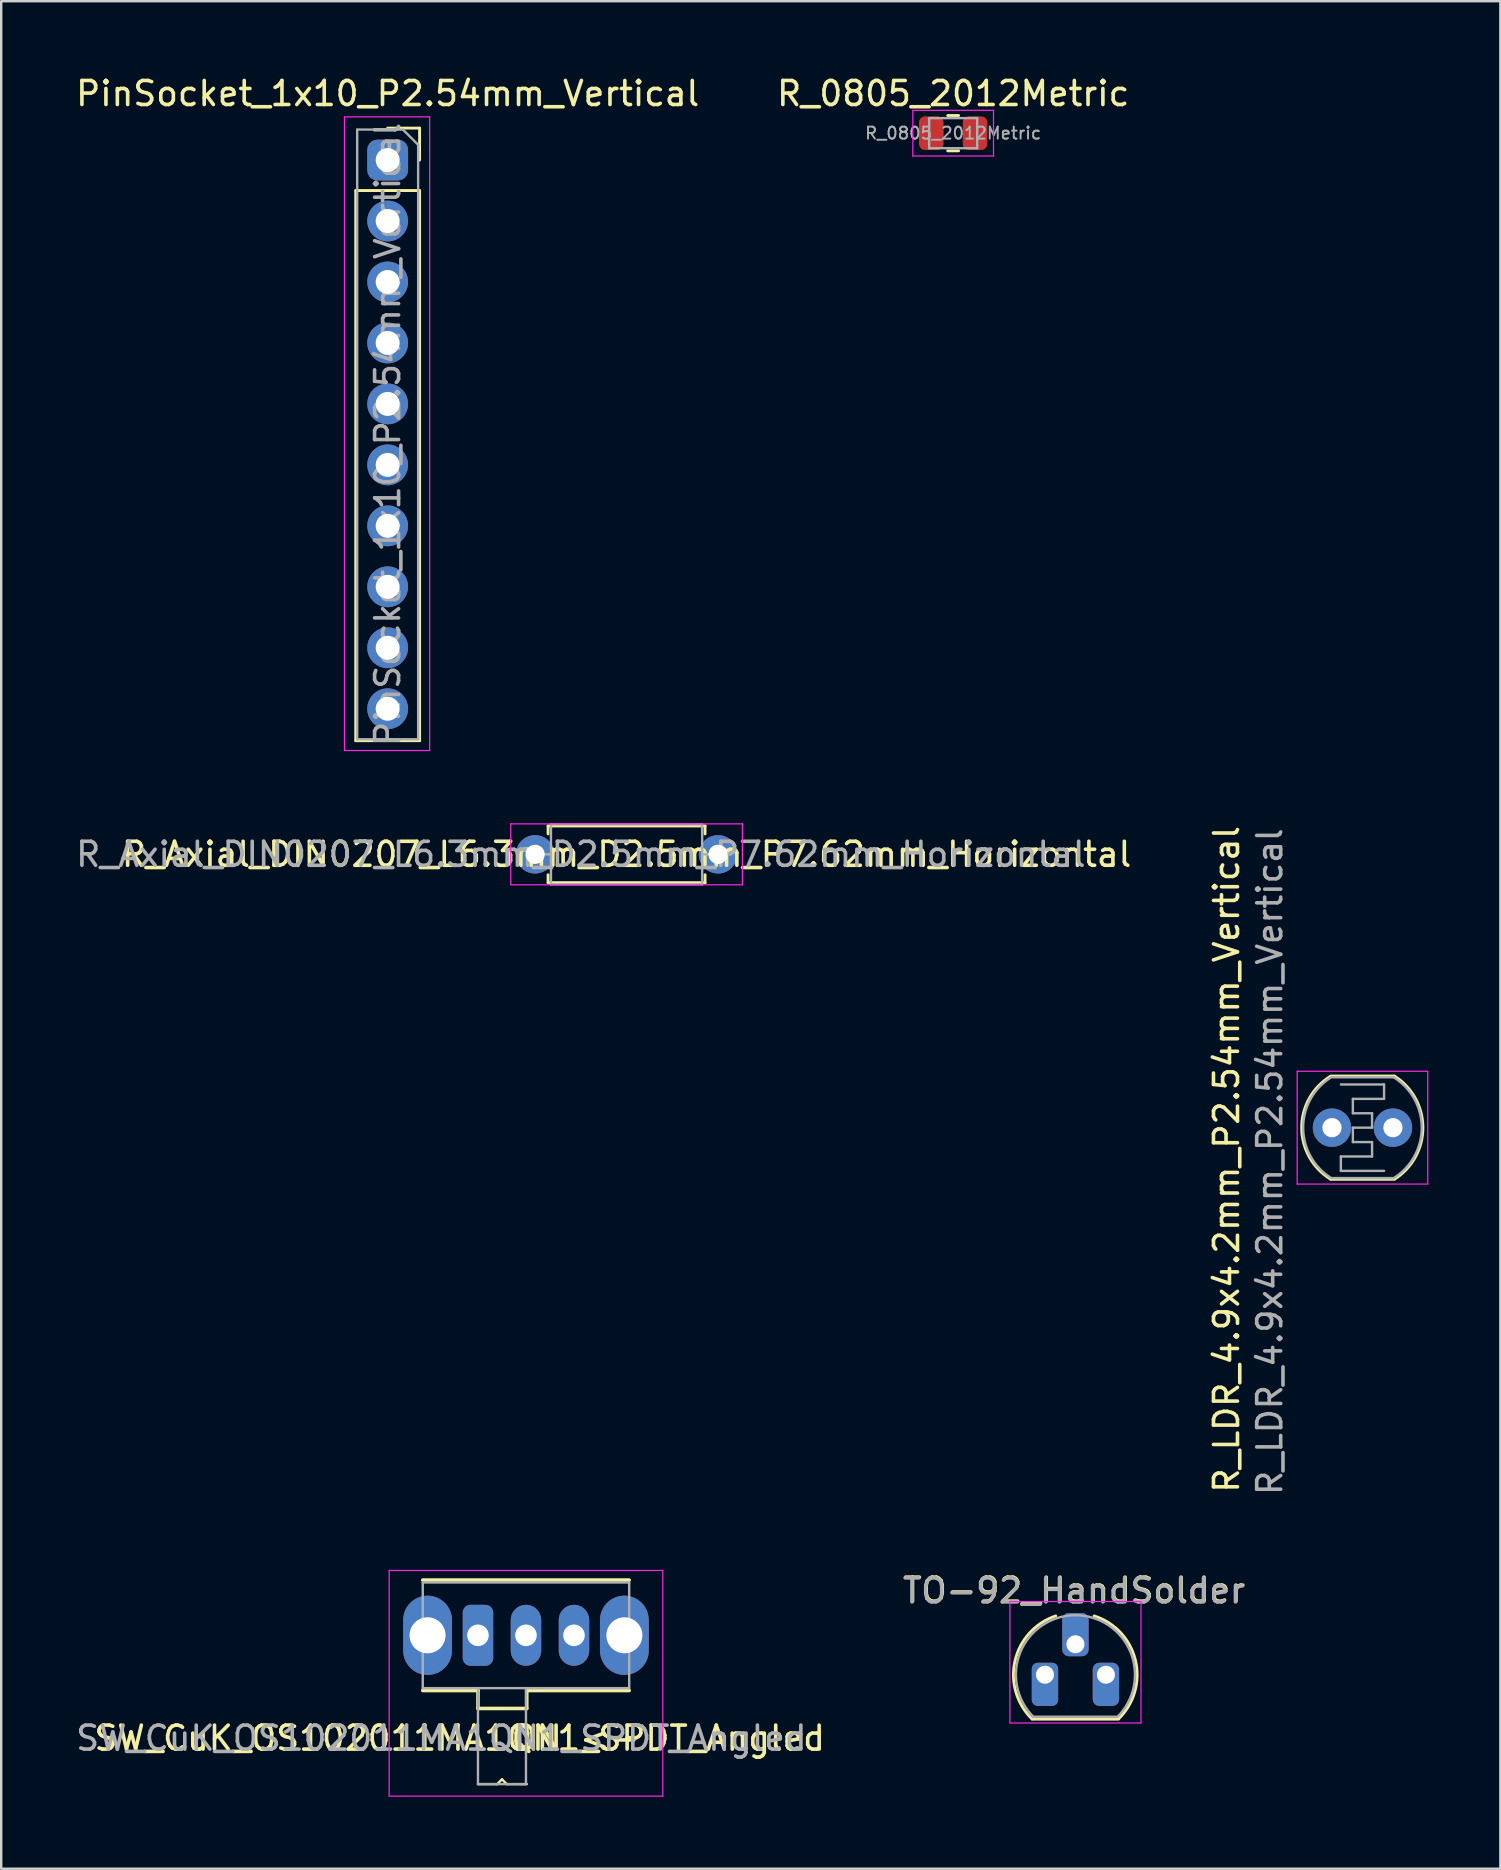
<source format=kicad_pcb>
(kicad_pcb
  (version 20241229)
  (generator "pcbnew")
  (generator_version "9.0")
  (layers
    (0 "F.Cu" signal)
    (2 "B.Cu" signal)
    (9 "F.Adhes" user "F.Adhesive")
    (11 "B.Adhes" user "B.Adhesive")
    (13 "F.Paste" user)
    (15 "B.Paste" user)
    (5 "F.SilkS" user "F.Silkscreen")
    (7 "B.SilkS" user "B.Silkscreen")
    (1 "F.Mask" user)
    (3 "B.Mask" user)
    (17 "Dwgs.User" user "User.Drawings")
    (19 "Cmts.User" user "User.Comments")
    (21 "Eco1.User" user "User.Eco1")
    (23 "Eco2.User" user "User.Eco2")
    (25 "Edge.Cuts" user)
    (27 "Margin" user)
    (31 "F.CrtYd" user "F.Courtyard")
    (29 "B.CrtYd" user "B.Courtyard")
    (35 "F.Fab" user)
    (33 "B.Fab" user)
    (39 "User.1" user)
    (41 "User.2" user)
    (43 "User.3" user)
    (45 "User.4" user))
  (footprint "SW_CuK_OS102011MA1QN1_SPDT_Angled"
    (layer "F.Cu")
    (at 16.863 65.08)
    (property "Reference" "SW_CuK_OS102011MA1QN1_SPDT_Angled" (at -0.762 4.286 0) (unlocked yes) (layer "F.SilkS") (effects (font (size 1 1) (thickness 0.15))))
    (property "Silk" "ON <-" (at 4.064 4.286 0) (unlocked yes) (layer "F.SilkS") (effects (font (size 1 1) (thickness 0.15))))
    (attr through_hole)
    (fp_line (start -2.3 -2.3) (end 6.3 -2.3) (stroke (width 0.15) (type solid)) (layer "F.SilkS"))
    (fp_line (start -2.3 2.3) (end 0 2.3) (stroke (width 0.15) (type solid)) (layer "F.SilkS"))
    (fp_line (start 0 2.3) (end 0 3.048) (stroke (width 0.15) (type default)) (layer "F.SilkS"))
    (fp_line (start 0 3.048) (end 2.032 3.048) (stroke (width 0.15) (type default)) (layer "F.SilkS"))
    (fp_line (start 0.8 6.2) (end 0 6.2) (stroke (width 0.1) (type default)) (layer "F.SilkS"))
    (fp_line (start 0.8 6.2) (end 1 6) (stroke (width 0.1) (type default)) (layer "F.SilkS"))
    (fp_line (start 1 6) (end 1.2 6.2) (stroke (width 0.1) (type default)) (layer "F.SilkS"))
    (fp_line (start 1.2 6.2) (end 2.032 6.2) (stroke (width 0.1) (type default)) (layer "F.SilkS"))
    (fp_line (start 2.032 2.3) (end 2.032 3.048) (stroke (width 0.15) (type default)) (layer "F.SilkS"))
    (fp_line (start 2.032 2.3) (end 6.3 2.3) (stroke (width 0.15) (type solid)) (layer "F.SilkS"))
    (fp_line (start -3.7 -2.7) (end 7.7 -2.7) (stroke (width 0.05) (type solid)) (layer "F.CrtYd"))
    (fp_line (start -3.7 6.7) (end -3.7 -2.7) (stroke (width 0.05) (type solid)) (layer "F.CrtYd"))
    (fp_line (start 7.7 -2.7) (end 7.7 6.7) (stroke (width 0.05) (type solid)) (layer "F.CrtYd"))
    (fp_line (start 7.7 6.7) (end -3.7 6.7) (stroke (width 0.05) (type solid)) (layer "F.CrtYd"))
    (fp_line (start -2.3 -2.2) (end -2.3 2.2) (stroke (width 0.1) (type solid)) (layer "F.Fab"))
    (fp_line (start -2.3 -2.2) (end 6.3 -2.2) (stroke (width 0.1) (type solid)) (layer "F.Fab"))
    (fp_line (start -2.3 2.2) (end 6.3 2.2) (stroke (width 0.1) (type solid)) (layer "F.Fab"))
    (fp_line (start 0 6.2) (end 0 2.2) (stroke (width 0.1) (type solid)) (layer "F.Fab"))
    (fp_line (start 2 2.2) (end 2 6.2) (stroke (width 0.1) (type solid)) (layer "F.Fab"))
    (fp_line (start 2 6.2) (end 0 6.2) (stroke (width 0.1) (type solid)) (layer "F.Fab"))
    (fp_line (start 6.3 2.2) (end 6.3 -2.2) (stroke (width 0.1) (type solid)) (layer "F.Fab"))
    (fp_text user "${REFERENCE}" (at -1.524 4.286 0) (layer "F.Fab") (effects (font (size 1 1) (thickness 0.15))))
    (pad "" thru_hole oval (at -2.1 0 180) (size 2.032 3.302) (drill 1.5) (layers "*.Cu" "*.Mask"))
    (pad "" thru_hole oval (at 6.1 0 180) (size 2.032 3.302) (drill 1.5) (layers "*.Cu" "*.Mask"))
    (pad "1" thru_hole oval (at 4 0 180) (size 1.27 2.54) (drill 0.9) (layers "*.Cu" "*.Mask"))
    (pad "2" thru_hole oval (at 2 0 180) (size 1.27 2.54) (drill 0.9) (layers "*.Cu" "*.Mask"))
    (pad "3" thru_hole roundrect (at 0 0 180) (size 1.27 2.54) (drill 0.9) (layers "*.Cu" "*.Mask") (roundrect_rratio 0.25)))
  (footprint "R_Axial_DIN0207_L6.3mm_D2.5mm_P7.62mm_Horizontal"
    (layer "F.Cu")
    (at 19.244 32.543)
    (property "Reference" "R_Axial_DIN0207_L6.3mm_D2.5mm_P7.62mm_Horizontal" (at 3.81 0 0) (layer "F.SilkS") (effects (font (size 1 1) (thickness 0.15))))
    (attr through_hole)
    (fp_line (start 0.54 -1.181) (end 7.08 -1.181) (stroke (width 0.12) (type solid)) (layer "F.SilkS"))
    (fp_line (start 0.54 -0.851) (end 0.54 -1.181) (stroke (width 0.12) (type solid)) (layer "F.SilkS"))
    (fp_line (start 0.54 0.851) (end 0.54 1.181) (stroke (width 0.12) (type solid)) (layer "F.SilkS"))
    (fp_line (start 0.54 1.181) (end 7.08 1.181) (stroke (width 0.12) (type solid)) (layer "F.SilkS"))
    (fp_line (start 7.08 -1.181) (end 7.08 -0.851) (stroke (width 0.12) (type solid)) (layer "F.SilkS"))
    (fp_line (start 7.08 1.181) (end 7.08 0.851) (stroke (width 0.12) (type solid)) (layer "F.SilkS"))
    (fp_line (start -1.016 -1.27) (end -1.016 1.27) (stroke (width 0.05) (type solid)) (layer "F.CrtYd"))
    (fp_line (start -1.016 1.27) (end 8.636 1.27) (stroke (width 0.05) (type solid)) (layer "F.CrtYd"))
    (fp_line (start 8.636 -1.27) (end -1.016 -1.27) (stroke (width 0.05) (type solid)) (layer "F.CrtYd"))
    (fp_line (start 8.636 1.27) (end 8.636 -1.27) (stroke (width 0.05) (type solid)) (layer "F.CrtYd"))
    (fp_line (start 0 0) (end 0.66 0) (stroke (width 0.1) (type solid)) (layer "F.Fab"))
    (fp_line (start 0.66 -1.25) (end 0.66 1.25) (stroke (width 0.1) (type solid)) (layer "F.Fab"))
    (fp_line (start 0.66 1.25) (end 6.96 1.25) (stroke (width 0.1) (type solid)) (layer "F.Fab"))
    (fp_line (start 6.96 -1.25) (end 0.66 -1.25) (stroke (width 0.1) (type solid)) (layer "F.Fab"))
    (fp_line (start 6.96 1.25) (end 6.96 -1.25) (stroke (width 0.1) (type solid)) (layer "F.Fab"))
    (fp_line (start 7.62 0) (end 6.96 0) (stroke (width 0.1) (type solid)) (layer "F.Fab"))
    (fp_text user "${REFERENCE}" (at 1.905 0 0) (layer "F.Fab") (effects (font (size 1 1) (thickness 0.15))))
    (pad "1" thru_hole circle (at 0 0) (size 1.6 1.6) (drill 0.8) (layers "*.Cu" "*.Mask"))
    (pad "2" thru_hole oval (at 7.62 0) (size 1.6 1.6) (drill 0.8) (layers "*.Cu" "*.Mask")))
  (footprint "R_0805_2012Metric"
    (layer "F.Cu")
    (at 36.661 2.498)
    (property "Reference" "R_0805_2012Metric" (at 0 -1.65 0) (layer "F.SilkS") (effects (font (size 1 1) (thickness 0.15))))
    (attr smd)
    (fp_line (start -0.227 -0.735) (end 0.227 -0.735) (stroke (width 0.12) (type solid)) (layer "F.SilkS"))
    (fp_line (start -0.227 0.735) (end 0.227 0.735) (stroke (width 0.12) (type solid)) (layer "F.SilkS"))
    (fp_line (start -1.68 -0.95) (end 1.68 -0.95) (stroke (width 0.05) (type solid)) (layer "F.CrtYd"))
    (fp_line (start -1.68 0.95) (end -1.68 -0.95) (stroke (width 0.05) (type solid)) (layer "F.CrtYd"))
    (fp_line (start 1.68 -0.95) (end 1.68 0.95) (stroke (width 0.05) (type solid)) (layer "F.CrtYd"))
    (fp_line (start 1.68 0.95) (end -1.68 0.95) (stroke (width 0.05) (type solid)) (layer "F.CrtYd"))
    (fp_line (start -1 -0.625) (end 1 -0.625) (stroke (width 0.1) (type solid)) (layer "F.Fab"))
    (fp_line (start -1 0.625) (end -1 -0.625) (stroke (width 0.1) (type solid)) (layer "F.Fab"))
    (fp_line (start 1 -0.625) (end 1 0.625) (stroke (width 0.1) (type solid)) (layer "F.Fab"))
    (fp_line (start 1 0.625) (end -1 0.625) (stroke (width 0.1) (type solid)) (layer "F.Fab"))
    (fp_text user "${REFERENCE}" (at 0 0 0) (layer "F.Fab") (effects (font (size 0.5 0.5) (thickness 0.08))))
    (pad "1" smd roundrect (at -0.912 0) (size 1.025 1.4) (layers "F.Cu" "F.Mask" "F.Paste") (roundrect_rratio 0.244))
    (pad "2" smd roundrect (at 0.912 0) (size 1.025 1.4) (layers "F.Cu" "F.Mask" "F.Paste") (roundrect_rratio 0.244)))
  (footprint "TO-92_HandSolder"
    (layer "F.Cu")
    (at 40.485 66.723)
    (property "Reference" "TO-92_HandSolder" (at 1.22 -3.52 0) (layer "F.SilkS") (effects (font (size 1 1) (thickness 0.15))))
    (attr through_hole)
    (fp_line (start -0.53 1.85) (end 3.07 1.85) (stroke (width 0.12) (type solid)) (layer "F.SilkS"))
    (fp_arc (start -0.541875 1.841741) (mid -1.247231 -0.581764) (end 0.45 -2.450001) (stroke (width 0.12) (type solid)) (layer "F.SilkS"))
    (fp_arc (start 2.05 -2.450001) (mid 3.769931 -0.601036) (end 3.078445 1.827684) (stroke (width 0.12) (type solid)) (layer "F.SilkS"))
    (fp_line (start -1.46 -3.05) (end -1.46 2.01) (stroke (width 0.05) (type solid)) (layer "F.CrtYd"))
    (fp_line (start -1.46 -3.05) (end 4 -3.05) (stroke (width 0.05) (type solid)) (layer "F.CrtYd"))
    (fp_line (start 4 2.01) (end -1.46 2.01) (stroke (width 0.05) (type solid)) (layer "F.CrtYd"))
    (fp_line (start 4 2.01) (end 4 -3.05) (stroke (width 0.05) (type solid)) (layer "F.CrtYd"))
    (fp_line (start -0.5 1.75) (end 3 1.75) (stroke (width 0.1) (type solid)) (layer "F.Fab"))
    (fp_arc (start -0.483625 1.753626) (mid -1.021221 -0.949055) (end 1.27 -2.48) (stroke (width 0.1) (type solid)) (layer "F.Fab"))
    (fp_arc (start 1.27 -2.48) (mid 3.561221 -0.949055) (end 3.023625 1.753625) (stroke (width 0.1) (type solid)) (layer "F.Fab"))
    (fp_text user "${REFERENCE}" (at 1.2 -3.49 0) (layer "F.Fab") (effects (font (size 1 1) (thickness 0.15))))
    (pad "1" thru_hole roundrect (at 0 0) (size 1.1 1.8) (drill 0.75 (offset 0 0.4)) (layers "*.Cu" "*.Mask") (roundrect_rratio 0.227))
    (pad "2" thru_hole roundrect (at 1.27 -1.27) (size 1.1 1.8) (drill 0.75 (offset 0 -0.4)) (layers "*.Cu" "*.Mask") (roundrect_rratio 0.25))
    (pad "3" thru_hole roundrect (at 2.54 0) (size 1.1 1.8) (drill 0.75 (offset 0 0.4)) (layers "*.Cu" "*.Mask") (roundrect_rratio 0.25)))
  (footprint "R_LDR_4.9x4.2mm_P2.54mm_Vertical"
    (layer "F.Cu")
    (at 52.443 43.931)
    (property "Reference" "R_LDR_4.9x4.2mm_P2.54mm_Vertical" (at -4.392 1.318 90) (layer "F.SilkS") (effects (font (size 1 1) (thickness 0.15))))
    (attr through_hole)
    (fp_line (start -0.05 -2.15) (end 2.6 -2.15) (stroke (width 0.12) (type solid)) (layer "F.SilkS"))
    (fp_line (start -0.05 2.15) (end 2.6 2.15) (stroke (width 0.12) (type solid)) (layer "F.SilkS"))
    (fp_arc (start -0.05 2.15) (mid -1.262424 0.01494) (end -0.075476 -2.134388) (stroke (width 0.12) (type solid)) (layer "F.SilkS"))
    (fp_arc (start 2.6 -2.15) (mid 3.788646 -0.016616) (end 2.628027 2.132145) (stroke (width 0.12) (type solid)) (layer "F.SilkS"))
    (fp_line (start -1.45 -2.35) (end -1.45 2.35) (stroke (width 0.05) (type solid)) (layer "F.CrtYd"))
    (fp_line (start -1.45 -2.35) (end 3.99 -2.35) (stroke (width 0.05) (type solid)) (layer "F.CrtYd"))
    (fp_line (start 3.99 2.35) (end -1.45 2.35) (stroke (width 0.05) (type solid)) (layer "F.CrtYd"))
    (fp_line (start 3.99 2.35) (end 3.99 -2.35) (stroke (width 0.05) (type solid)) (layer "F.CrtYd"))
    (fp_line (start -0.03 -2.1) (end 2.57 -2.1) (stroke (width 0.1) (type solid)) (layer "F.Fab"))
    (fp_line (start 0.37 -1.8) (end 2.17 -1.8) (stroke (width 0.1) (type solid)) (layer "F.Fab"))
    (fp_line (start 0.37 1.2) (end 0.37 1.8) (stroke (width 0.1) (type solid)) (layer "F.Fab"))
    (fp_line (start 0.37 1.2) (end 1.67 1.2) (stroke (width 0.1) (type solid)) (layer "F.Fab"))
    (fp_line (start 0.37 1.8) (end 2.17 1.8) (stroke (width 0.1) (type solid)) (layer "F.Fab"))
    (fp_line (start 0.87 -1.2) (end 0.87 -0.6) (stroke (width 0.1) (type solid)) (layer "F.Fab"))
    (fp_line (start 0.87 -1.2) (end 2.17 -1.2) (stroke (width 0.1) (type solid)) (layer "F.Fab"))
    (fp_line (start 0.87 0) (end 0.87 0.6) (stroke (width 0.1) (type solid)) (layer "F.Fab"))
    (fp_line (start 0.87 0) (end 1.67 0) (stroke (width 0.1) (type solid)) (layer "F.Fab"))
    (fp_line (start 1.67 -0.6) (end 0.87 -0.6) (stroke (width 0.1) (type solid)) (layer "F.Fab"))
    (fp_line (start 1.67 -0.6) (end 1.67 0) (stroke (width 0.1) (type solid)) (layer "F.Fab"))
    (fp_line (start 1.67 0.6) (end 0.87 0.6) (stroke (width 0.1) (type solid)) (layer "F.Fab"))
    (fp_line (start 1.67 0.6) (end 1.67 1.2) (stroke (width 0.1) (type solid)) (layer "F.Fab"))
    (fp_line (start 2.17 -1.8) (end 2.17 -1.2) (stroke (width 0.1) (type solid)) (layer "F.Fab"))
    (fp_line (start 2.57 2.1) (end -0.03 2.1) (stroke (width 0.1) (type solid)) (layer "F.Fab"))
    (fp_arc (start -0.03 2.1) (mid -1.199612 0.031921) (end -0.083843 -2.065698) (stroke (width 0.1) (type solid)) (layer "F.Fab"))
    (fp_arc (start 2.57 -2.1) (mid 3.739612 -0.031921) (end 2.623843 2.065698) (stroke (width 0.1) (type solid)) (layer "F.Fab"))
    (fp_text user "${REFERENCE}" (at -2.592 1.418 90) (layer "F.Fab") (effects (font (size 1 1) (thickness 0.15))))
    (pad "1" thru_hole circle (at 0 0) (size 1.6 1.6) (drill 0.8) (layers "*.Cu" "*.Mask"))
    (pad "2" thru_hole circle (at 2.54 0) (size 1.6 1.6) (drill 0.8) (layers "*.Cu" "*.Mask")))
  (footprint "PinSocket_1x10_P2.54mm_Vertical"
    (layer "F.Cu")
    (at 13.101 3.618)
    (property "Reference" "PinSocket_1x10_P2.54mm_Vertical" (at 0 -2.77 0) (layer "F.SilkS") (effects (font (size 1 1) (thickness 0.15))))
    (attr through_hole)
    (fp_line (start -1.33 1.27) (end -1.33 24.19) (stroke (width 0.12) (type solid)) (layer "F.SilkS"))
    (fp_line (start -1.33 1.27) (end 1.33 1.27) (stroke (width 0.12) (type solid)) (layer "F.SilkS"))
    (fp_line (start -1.33 24.19) (end 1.33 24.19) (stroke (width 0.12) (type solid)) (layer "F.SilkS"))
    (fp_line (start 0 -1.33) (end 1.33 -1.33) (stroke (width 0.12) (type solid)) (layer "F.SilkS"))
    (fp_line (start 1.33 -1.33) (end 1.33 0) (stroke (width 0.12) (type solid)) (layer "F.SilkS"))
    (fp_line (start 1.33 1.27) (end 1.33 24.19) (stroke (width 0.12) (type solid)) (layer "F.SilkS"))
    (fp_line (start -1.8 -1.8) (end 1.75 -1.8) (stroke (width 0.05) (type solid)) (layer "F.CrtYd"))
    (fp_line (start -1.8 24.6) (end -1.8 -1.8) (stroke (width 0.05) (type solid)) (layer "F.CrtYd"))
    (fp_line (start 1.75 -1.8) (end 1.75 24.6) (stroke (width 0.05) (type solid)) (layer "F.CrtYd"))
    (fp_line (start 1.75 24.6) (end -1.8 24.6) (stroke (width 0.05) (type solid)) (layer "F.CrtYd"))
    (fp_line (start -1.27 -1.27) (end 0.635 -1.27) (stroke (width 0.1) (type solid)) (layer "F.Fab"))
    (fp_line (start -1.27 24.13) (end -1.27 -1.27) (stroke (width 0.1) (type solid)) (layer "F.Fab"))
    (fp_line (start 0.635 -1.27) (end 1.27 -0.635) (stroke (width 0.1) (type solid)) (layer "F.Fab"))
    (fp_line (start 1.27 -0.635) (end 1.27 24.13) (stroke (width 0.1) (type solid)) (layer "F.Fab"))
    (fp_line (start 1.27 24.13) (end -1.27 24.13) (stroke (width 0.1) (type solid)) (layer "F.Fab"))
    (fp_text user "${REFERENCE}" (at 0 11.43 90) (layer "F.Fab") (effects (font (size 1 1) (thickness 0.15))))
    (pad "1" thru_hole roundrect (at 0 0) (size 1.7 1.7) (drill 1) (layers "*.Cu" "*.Mask") (roundrect_rratio 0.25))
    (pad "2" thru_hole circle (at 0 2.54) (size 1.7 1.7) (drill 1) (layers "*.Cu" "*.Mask"))
    (pad "3" thru_hole circle (at 0 5.08) (size 1.7 1.7) (drill 1) (layers "*.Cu" "*.Mask"))
    (pad "4" thru_hole circle (at 0 7.62) (size 1.7 1.7) (drill 1) (layers "*.Cu" "*.Mask"))
    (pad "5" thru_hole circle (at 0 10.16) (size 1.7 1.7) (drill 1) (layers "*.Cu" "*.Mask"))
    (pad "6" thru_hole circle (at 0 12.7) (size 1.7 1.7) (drill 1) (layers "*.Cu" "*.Mask"))
    (pad "7" thru_hole circle (at 0 15.24) (size 1.7 1.7) (drill 1) (layers "*.Cu" "*.Mask"))
    (pad "8" thru_hole circle (at 0 17.78) (size 1.7 1.7) (drill 1) (layers "*.Cu" "*.Mask"))
    (pad "9" thru_hole circle (at 0 20.32) (size 1.7 1.7) (drill 1) (layers "*.Cu" "*.Mask"))
    (pad "10" thru_hole circle (at 0 22.86) (size 1.7 1.7) (drill 1) (layers "*.Cu" "*.Mask")))
  (gr_rect
    (start -3 -3)
    (end 59.458 74.805)
    (stroke (width 0.1) (type default))
    (fill no)
    (layer "Edge.Cuts")))
</source>
